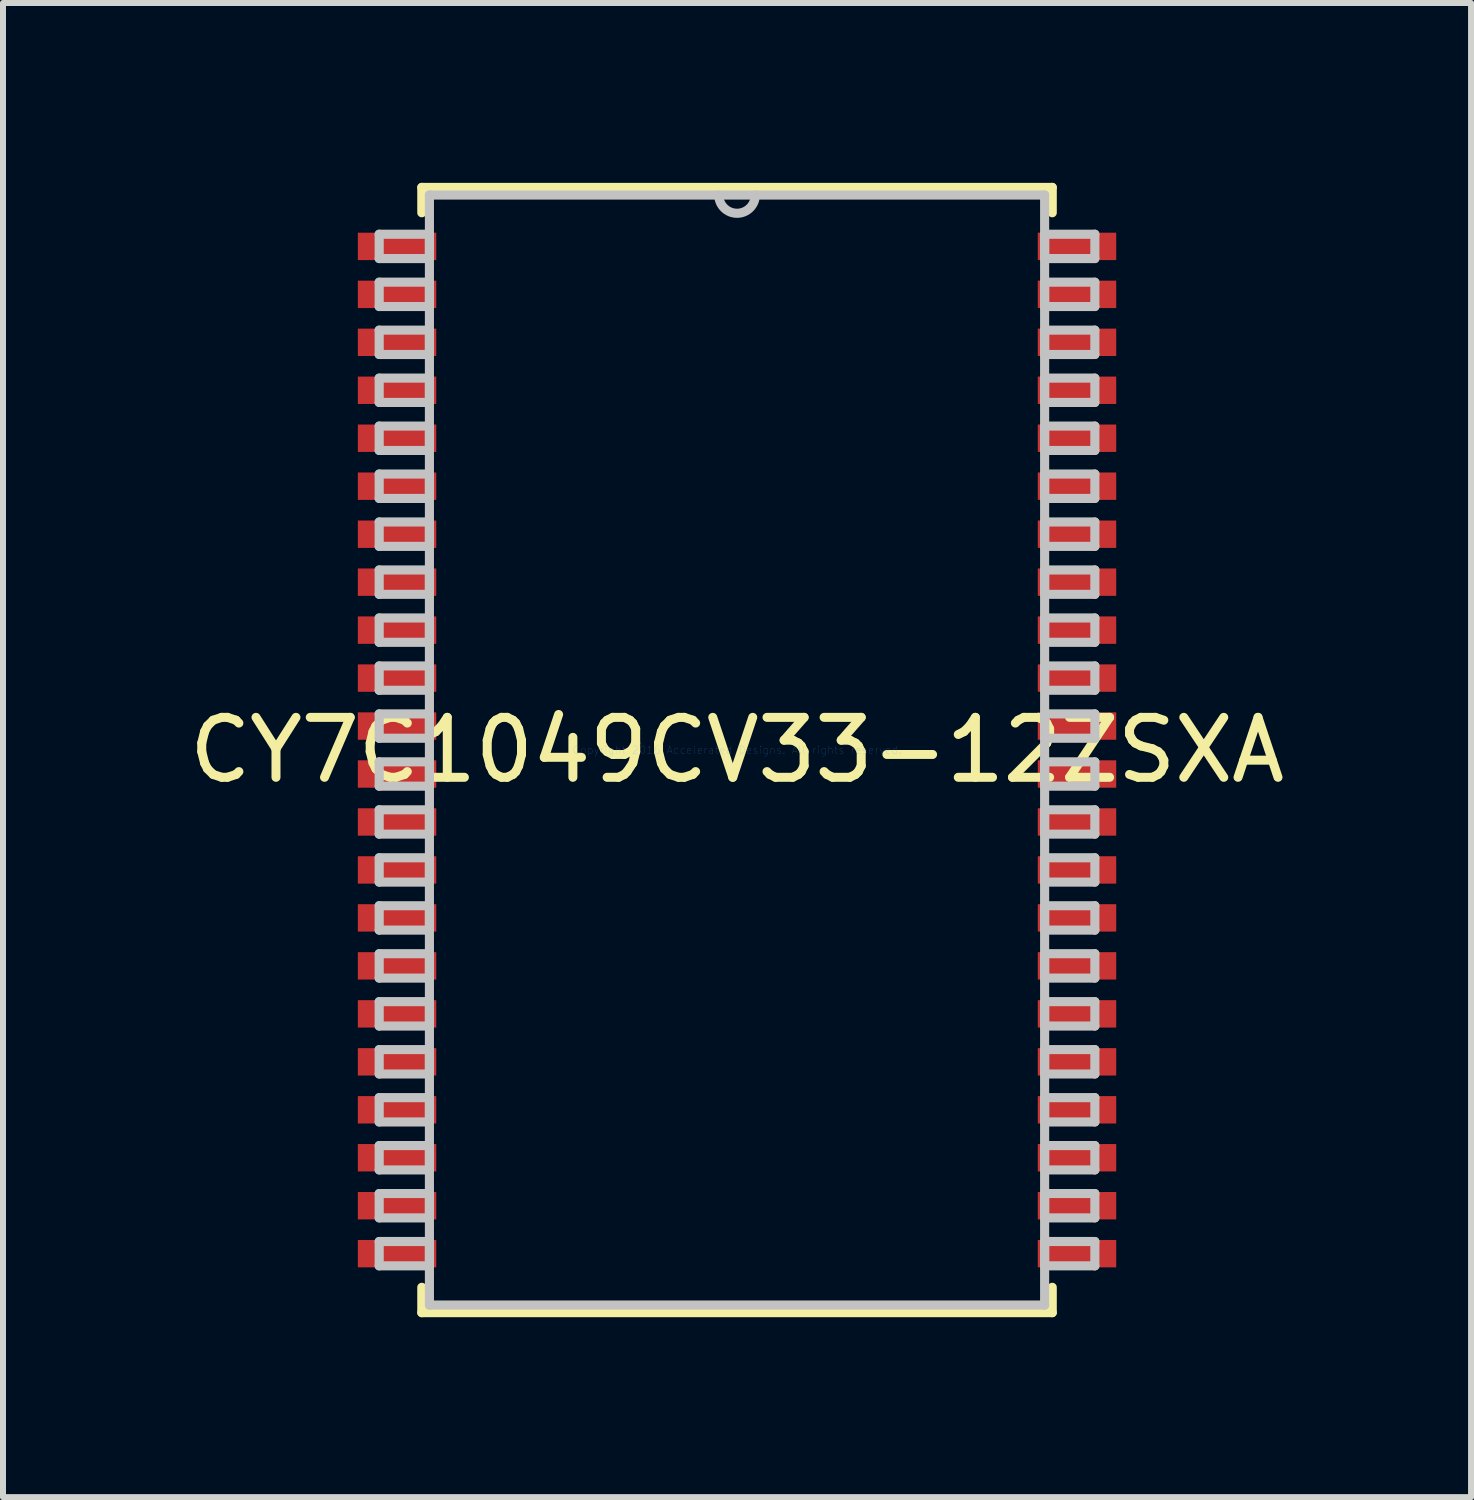
<source format=kicad_pcb>
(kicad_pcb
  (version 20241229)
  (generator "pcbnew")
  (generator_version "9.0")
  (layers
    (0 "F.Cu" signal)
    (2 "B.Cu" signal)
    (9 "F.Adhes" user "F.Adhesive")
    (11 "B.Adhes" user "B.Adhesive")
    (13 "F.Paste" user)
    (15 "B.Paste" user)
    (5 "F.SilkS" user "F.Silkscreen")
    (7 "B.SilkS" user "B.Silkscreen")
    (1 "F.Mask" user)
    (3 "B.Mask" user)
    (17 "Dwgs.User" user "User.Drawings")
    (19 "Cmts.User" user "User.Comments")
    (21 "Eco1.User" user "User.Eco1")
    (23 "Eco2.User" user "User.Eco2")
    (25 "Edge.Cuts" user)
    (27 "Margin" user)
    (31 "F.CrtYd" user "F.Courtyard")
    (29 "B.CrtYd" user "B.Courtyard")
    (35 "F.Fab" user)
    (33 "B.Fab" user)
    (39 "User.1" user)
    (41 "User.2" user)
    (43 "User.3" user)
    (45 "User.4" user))
  (footprint "CY7C1049CV33-12ZSXA"
    (layer "F.Cu")
    (at 9.244 9.461)
    (property "Reference" "CY7C1049CV33-12ZSXA" (at 0 0 0) (layer "F.SilkS") (effects (font (size 1 1) (thickness 0.15))))
    (attr through_hole)
    (fp_line (start -5.258 -9.385) (end -5.258 -8.962) (stroke (width 0.152) (type solid)) (layer "F.SilkS"))
    (fp_line (start -5.258 8.962) (end -5.258 9.385) (stroke (width 0.152) (type solid)) (layer "F.SilkS"))
    (fp_line (start -5.258 9.385) (end 5.258 9.385) (stroke (width 0.152) (type solid)) (layer "F.SilkS"))
    (fp_line (start 5.258 -9.385) (end -5.258 -9.385) (stroke (width 0.152) (type solid)) (layer "F.SilkS"))
    (fp_line (start 5.258 -8.962) (end 5.258 -9.385) (stroke (width 0.152) (type solid)) (layer "F.SilkS"))
    (fp_line (start 5.258 9.385) (end 5.258 8.962) (stroke (width 0.152) (type solid)) (layer "F.SilkS"))
    (fp_line (start -5.969 -8.604) (end -5.969 -8.198) (stroke (width 0.152) (type solid)) (layer "Dwgs.User"))
    (fp_line (start -5.969 -8.198) (end -5.131 -8.198) (stroke (width 0.152) (type solid)) (layer "Dwgs.User"))
    (fp_line (start -5.969 -7.804) (end -5.969 -7.398) (stroke (width 0.152) (type solid)) (layer "Dwgs.User"))
    (fp_line (start -5.969 -7.398) (end -5.131 -7.398) (stroke (width 0.152) (type solid)) (layer "Dwgs.User"))
    (fp_line (start -5.969 -7.004) (end -5.969 -6.598) (stroke (width 0.152) (type solid)) (layer "Dwgs.User"))
    (fp_line (start -5.969 -6.598) (end -5.131 -6.598) (stroke (width 0.152) (type solid)) (layer "Dwgs.User"))
    (fp_line (start -5.969 -6.204) (end -5.969 -5.798) (stroke (width 0.152) (type solid)) (layer "Dwgs.User"))
    (fp_line (start -5.969 -5.798) (end -5.131 -5.798) (stroke (width 0.152) (type solid)) (layer "Dwgs.User"))
    (fp_line (start -5.969 -5.404) (end -5.969 -4.997) (stroke (width 0.152) (type solid)) (layer "Dwgs.User"))
    (fp_line (start -5.969 -4.997) (end -5.131 -4.997) (stroke (width 0.152) (type solid)) (layer "Dwgs.User"))
    (fp_line (start -5.969 -4.604) (end -5.969 -4.197) (stroke (width 0.152) (type solid)) (layer "Dwgs.User"))
    (fp_line (start -5.969 -4.197) (end -5.131 -4.197) (stroke (width 0.152) (type solid)) (layer "Dwgs.User"))
    (fp_line (start -5.969 -3.804) (end -5.969 -3.397) (stroke (width 0.152) (type solid)) (layer "Dwgs.User"))
    (fp_line (start -5.969 -3.397) (end -5.131 -3.397) (stroke (width 0.152) (type solid)) (layer "Dwgs.User"))
    (fp_line (start -5.969 -3.004) (end -5.969 -2.597) (stroke (width 0.152) (type solid)) (layer "Dwgs.User"))
    (fp_line (start -5.969 -2.597) (end -5.131 -2.597) (stroke (width 0.152) (type solid)) (layer "Dwgs.User"))
    (fp_line (start -5.969 -2.203) (end -5.969 -1.797) (stroke (width 0.152) (type solid)) (layer "Dwgs.User"))
    (fp_line (start -5.969 -1.797) (end -5.131 -1.797) (stroke (width 0.152) (type solid)) (layer "Dwgs.User"))
    (fp_line (start -5.969 -1.403) (end -5.969 -0.997) (stroke (width 0.152) (type solid)) (layer "Dwgs.User"))
    (fp_line (start -5.969 -0.997) (end -5.131 -0.997) (stroke (width 0.152) (type solid)) (layer "Dwgs.User"))
    (fp_line (start -5.969 -0.603) (end -5.969 -0.197) (stroke (width 0.152) (type solid)) (layer "Dwgs.User"))
    (fp_line (start -5.969 -0.197) (end -5.131 -0.197) (stroke (width 0.152) (type solid)) (layer "Dwgs.User"))
    (fp_line (start -5.969 0.197) (end -5.969 0.603) (stroke (width 0.152) (type solid)) (layer "Dwgs.User"))
    (fp_line (start -5.969 0.603) (end -5.131 0.603) (stroke (width 0.152) (type solid)) (layer "Dwgs.User"))
    (fp_line (start -5.969 0.997) (end -5.969 1.403) (stroke (width 0.152) (type solid)) (layer "Dwgs.User"))
    (fp_line (start -5.969 1.403) (end -5.131 1.403) (stroke (width 0.152) (type solid)) (layer "Dwgs.User"))
    (fp_line (start -5.969 1.797) (end -5.969 2.203) (stroke (width 0.152) (type solid)) (layer "Dwgs.User"))
    (fp_line (start -5.969 2.203) (end -5.131 2.203) (stroke (width 0.152) (type solid)) (layer "Dwgs.User"))
    (fp_line (start -5.969 2.597) (end -5.969 3.004) (stroke (width 0.152) (type solid)) (layer "Dwgs.User"))
    (fp_line (start -5.969 3.004) (end -5.131 3.004) (stroke (width 0.152) (type solid)) (layer "Dwgs.User"))
    (fp_line (start -5.969 3.397) (end -5.969 3.804) (stroke (width 0.152) (type solid)) (layer "Dwgs.User"))
    (fp_line (start -5.969 3.804) (end -5.131 3.804) (stroke (width 0.152) (type solid)) (layer "Dwgs.User"))
    (fp_line (start -5.969 4.197) (end -5.969 4.604) (stroke (width 0.152) (type solid)) (layer "Dwgs.User"))
    (fp_line (start -5.969 4.604) (end -5.131 4.604) (stroke (width 0.152) (type solid)) (layer "Dwgs.User"))
    (fp_line (start -5.969 4.997) (end -5.969 5.404) (stroke (width 0.152) (type solid)) (layer "Dwgs.User"))
    (fp_line (start -5.969 5.404) (end -5.131 5.404) (stroke (width 0.152) (type solid)) (layer "Dwgs.User"))
    (fp_line (start -5.969 5.798) (end -5.969 6.204) (stroke (width 0.152) (type solid)) (layer "Dwgs.User"))
    (fp_line (start -5.969 6.204) (end -5.131 6.204) (stroke (width 0.152) (type solid)) (layer "Dwgs.User"))
    (fp_line (start -5.969 6.598) (end -5.969 7.004) (stroke (width 0.152) (type solid)) (layer "Dwgs.User"))
    (fp_line (start -5.969 7.004) (end -5.131 7.004) (stroke (width 0.152) (type solid)) (layer "Dwgs.User"))
    (fp_line (start -5.969 7.398) (end -5.969 7.804) (stroke (width 0.152) (type solid)) (layer "Dwgs.User"))
    (fp_line (start -5.969 7.804) (end -5.131 7.804) (stroke (width 0.152) (type solid)) (layer "Dwgs.User"))
    (fp_line (start -5.969 8.198) (end -5.969 8.604) (stroke (width 0.152) (type solid)) (layer "Dwgs.User"))
    (fp_line (start -5.969 8.604) (end -5.131 8.604) (stroke (width 0.152) (type solid)) (layer "Dwgs.User"))
    (fp_line (start -5.131 -9.258) (end -5.131 9.258) (stroke (width 0.152) (type solid)) (layer "Dwgs.User"))
    (fp_line (start -5.131 -8.604) (end -5.969 -8.604) (stroke (width 0.152) (type solid)) (layer "Dwgs.User"))
    (fp_line (start -5.131 -8.198) (end -5.131 -8.604) (stroke (width 0.152) (type solid)) (layer "Dwgs.User"))
    (fp_line (start -5.131 -7.804) (end -5.969 -7.804) (stroke (width 0.152) (type solid)) (layer "Dwgs.User"))
    (fp_line (start -5.131 -7.398) (end -5.131 -7.804) (stroke (width 0.152) (type solid)) (layer "Dwgs.User"))
    (fp_line (start -5.131 -7.004) (end -5.969 -7.004) (stroke (width 0.152) (type solid)) (layer "Dwgs.User"))
    (fp_line (start -5.131 -6.598) (end -5.131 -7.004) (stroke (width 0.152) (type solid)) (layer "Dwgs.User"))
    (fp_line (start -5.131 -6.204) (end -5.969 -6.204) (stroke (width 0.152) (type solid)) (layer "Dwgs.User"))
    (fp_line (start -5.131 -5.798) (end -5.131 -6.204) (stroke (width 0.152) (type solid)) (layer "Dwgs.User"))
    (fp_line (start -5.131 -5.404) (end -5.969 -5.404) (stroke (width 0.152) (type solid)) (layer "Dwgs.User"))
    (fp_line (start -5.131 -4.997) (end -5.131 -5.404) (stroke (width 0.152) (type solid)) (layer "Dwgs.User"))
    (fp_line (start -5.131 -4.604) (end -5.969 -4.604) (stroke (width 0.152) (type solid)) (layer "Dwgs.User"))
    (fp_line (start -5.131 -4.197) (end -5.131 -4.604) (stroke (width 0.152) (type solid)) (layer "Dwgs.User"))
    (fp_line (start -5.131 -3.804) (end -5.969 -3.804) (stroke (width 0.152) (type solid)) (layer "Dwgs.User"))
    (fp_line (start -5.131 -3.397) (end -5.131 -3.804) (stroke (width 0.152) (type solid)) (layer "Dwgs.User"))
    (fp_line (start -5.131 -3.004) (end -5.969 -3.004) (stroke (width 0.152) (type solid)) (layer "Dwgs.User"))
    (fp_line (start -5.131 -2.597) (end -5.131 -3.004) (stroke (width 0.152) (type solid)) (layer "Dwgs.User"))
    (fp_line (start -5.131 -2.203) (end -5.969 -2.203) (stroke (width 0.152) (type solid)) (layer "Dwgs.User"))
    (fp_line (start -5.131 -1.797) (end -5.131 -2.203) (stroke (width 0.152) (type solid)) (layer "Dwgs.User"))
    (fp_line (start -5.131 -1.403) (end -5.969 -1.403) (stroke (width 0.152) (type solid)) (layer "Dwgs.User"))
    (fp_line (start -5.131 -0.997) (end -5.131 -1.403) (stroke (width 0.152) (type solid)) (layer "Dwgs.User"))
    (fp_line (start -5.131 -0.603) (end -5.969 -0.603) (stroke (width 0.152) (type solid)) (layer "Dwgs.User"))
    (fp_line (start -5.131 -0.197) (end -5.131 -0.603) (stroke (width 0.152) (type solid)) (layer "Dwgs.User"))
    (fp_line (start -5.131 0.197) (end -5.969 0.197) (stroke (width 0.152) (type solid)) (layer "Dwgs.User"))
    (fp_line (start -5.131 0.603) (end -5.131 0.197) (stroke (width 0.152) (type solid)) (layer "Dwgs.User"))
    (fp_line (start -5.131 0.997) (end -5.969 0.997) (stroke (width 0.152) (type solid)) (layer "Dwgs.User"))
    (fp_line (start -5.131 1.403) (end -5.131 0.997) (stroke (width 0.152) (type solid)) (layer "Dwgs.User"))
    (fp_line (start -5.131 1.797) (end -5.969 1.797) (stroke (width 0.152) (type solid)) (layer "Dwgs.User"))
    (fp_line (start -5.131 2.203) (end -5.131 1.797) (stroke (width 0.152) (type solid)) (layer "Dwgs.User"))
    (fp_line (start -5.131 2.597) (end -5.969 2.597) (stroke (width 0.152) (type solid)) (layer "Dwgs.User"))
    (fp_line (start -5.131 3.004) (end -5.131 2.597) (stroke (width 0.152) (type solid)) (layer "Dwgs.User"))
    (fp_line (start -5.131 3.397) (end -5.969 3.397) (stroke (width 0.152) (type solid)) (layer "Dwgs.User"))
    (fp_line (start -5.131 3.804) (end -5.131 3.397) (stroke (width 0.152) (type solid)) (layer "Dwgs.User"))
    (fp_line (start -5.131 4.197) (end -5.969 4.197) (stroke (width 0.152) (type solid)) (layer "Dwgs.User"))
    (fp_line (start -5.131 4.604) (end -5.131 4.197) (stroke (width 0.152) (type solid)) (layer "Dwgs.User"))
    (fp_line (start -5.131 4.997) (end -5.969 4.997) (stroke (width 0.152) (type solid)) (layer "Dwgs.User"))
    (fp_line (start -5.131 5.404) (end -5.131 4.997) (stroke (width 0.152) (type solid)) (layer "Dwgs.User"))
    (fp_line (start -5.131 5.798) (end -5.969 5.798) (stroke (width 0.152) (type solid)) (layer "Dwgs.User"))
    (fp_line (start -5.131 6.204) (end -5.131 5.798) (stroke (width 0.152) (type solid)) (layer "Dwgs.User"))
    (fp_line (start -5.131 6.598) (end -5.969 6.598) (stroke (width 0.152) (type solid)) (layer "Dwgs.User"))
    (fp_line (start -5.131 7.004) (end -5.131 6.598) (stroke (width 0.152) (type solid)) (layer "Dwgs.User"))
    (fp_line (start -5.131 7.398) (end -5.969 7.398) (stroke (width 0.152) (type solid)) (layer "Dwgs.User"))
    (fp_line (start -5.131 7.804) (end -5.131 7.398) (stroke (width 0.152) (type solid)) (layer "Dwgs.User"))
    (fp_line (start -5.131 8.198) (end -5.969 8.198) (stroke (width 0.152) (type solid)) (layer "Dwgs.User"))
    (fp_line (start -5.131 8.604) (end -5.131 8.198) (stroke (width 0.152) (type solid)) (layer "Dwgs.User"))
    (fp_line (start -5.131 9.258) (end 5.131 9.258) (stroke (width 0.152) (type solid)) (layer "Dwgs.User"))
    (fp_line (start 5.131 -9.258) (end -5.131 -9.258) (stroke (width 0.152) (type solid)) (layer "Dwgs.User"))
    (fp_line (start 5.131 -8.604) (end 5.131 -8.198) (stroke (width 0.152) (type solid)) (layer "Dwgs.User"))
    (fp_line (start 5.131 -8.198) (end 5.969 -8.198) (stroke (width 0.152) (type solid)) (layer "Dwgs.User"))
    (fp_line (start 5.131 -7.804) (end 5.131 -7.398) (stroke (width 0.152) (type solid)) (layer "Dwgs.User"))
    (fp_line (start 5.131 -7.398) (end 5.969 -7.398) (stroke (width 0.152) (type solid)) (layer "Dwgs.User"))
    (fp_line (start 5.131 -7.004) (end 5.131 -6.598) (stroke (width 0.152) (type solid)) (layer "Dwgs.User"))
    (fp_line (start 5.131 -6.598) (end 5.969 -6.598) (stroke (width 0.152) (type solid)) (layer "Dwgs.User"))
    (fp_line (start 5.131 -6.204) (end 5.131 -5.798) (stroke (width 0.152) (type solid)) (layer "Dwgs.User"))
    (fp_line (start 5.131 -5.798) (end 5.969 -5.798) (stroke (width 0.152) (type solid)) (layer "Dwgs.User"))
    (fp_line (start 5.131 -5.404) (end 5.131 -4.997) (stroke (width 0.152) (type solid)) (layer "Dwgs.User"))
    (fp_line (start 5.131 -4.997) (end 5.969 -4.997) (stroke (width 0.152) (type solid)) (layer "Dwgs.User"))
    (fp_line (start 5.131 -4.604) (end 5.131 -4.197) (stroke (width 0.152) (type solid)) (layer "Dwgs.User"))
    (fp_line (start 5.131 -4.197) (end 5.969 -4.197) (stroke (width 0.152) (type solid)) (layer "Dwgs.User"))
    (fp_line (start 5.131 -3.804) (end 5.131 -3.397) (stroke (width 0.152) (type solid)) (layer "Dwgs.User"))
    (fp_line (start 5.131 -3.397) (end 5.969 -3.397) (stroke (width 0.152) (type solid)) (layer "Dwgs.User"))
    (fp_line (start 5.131 -3.004) (end 5.131 -2.597) (stroke (width 0.152) (type solid)) (layer "Dwgs.User"))
    (fp_line (start 5.131 -2.597) (end 5.969 -2.597) (stroke (width 0.152) (type solid)) (layer "Dwgs.User"))
    (fp_line (start 5.131 -2.203) (end 5.131 -1.797) (stroke (width 0.152) (type solid)) (layer "Dwgs.User"))
    (fp_line (start 5.131 -1.797) (end 5.969 -1.797) (stroke (width 0.152) (type solid)) (layer "Dwgs.User"))
    (fp_line (start 5.131 -1.403) (end 5.131 -0.997) (stroke (width 0.152) (type solid)) (layer "Dwgs.User"))
    (fp_line (start 5.131 -0.997) (end 5.969 -0.997) (stroke (width 0.152) (type solid)) (layer "Dwgs.User"))
    (fp_line (start 5.131 -0.603) (end 5.131 -0.197) (stroke (width 0.152) (type solid)) (layer "Dwgs.User"))
    (fp_line (start 5.131 -0.197) (end 5.969 -0.197) (stroke (width 0.152) (type solid)) (layer "Dwgs.User"))
    (fp_line (start 5.131 0.197) (end 5.131 0.603) (stroke (width 0.152) (type solid)) (layer "Dwgs.User"))
    (fp_line (start 5.131 0.603) (end 5.969 0.603) (stroke (width 0.152) (type solid)) (layer "Dwgs.User"))
    (fp_line (start 5.131 0.997) (end 5.131 1.403) (stroke (width 0.152) (type solid)) (layer "Dwgs.User"))
    (fp_line (start 5.131 1.403) (end 5.969 1.403) (stroke (width 0.152) (type solid)) (layer "Dwgs.User"))
    (fp_line (start 5.131 1.797) (end 5.131 2.203) (stroke (width 0.152) (type solid)) (layer "Dwgs.User"))
    (fp_line (start 5.131 2.203) (end 5.969 2.203) (stroke (width 0.152) (type solid)) (layer "Dwgs.User"))
    (fp_line (start 5.131 2.597) (end 5.131 3.004) (stroke (width 0.152) (type solid)) (layer "Dwgs.User"))
    (fp_line (start 5.131 3.004) (end 5.969 3.004) (stroke (width 0.152) (type solid)) (layer "Dwgs.User"))
    (fp_line (start 5.131 3.397) (end 5.131 3.804) (stroke (width 0.152) (type solid)) (layer "Dwgs.User"))
    (fp_line (start 5.131 3.804) (end 5.969 3.804) (stroke (width 0.152) (type solid)) (layer "Dwgs.User"))
    (fp_line (start 5.131 4.197) (end 5.131 4.604) (stroke (width 0.152) (type solid)) (layer "Dwgs.User"))
    (fp_line (start 5.131 4.604) (end 5.969 4.604) (stroke (width 0.152) (type solid)) (layer "Dwgs.User"))
    (fp_line (start 5.131 4.997) (end 5.131 5.404) (stroke (width 0.152) (type solid)) (layer "Dwgs.User"))
    (fp_line (start 5.131 5.404) (end 5.969 5.404) (stroke (width 0.152) (type solid)) (layer "Dwgs.User"))
    (fp_line (start 5.131 5.798) (end 5.131 6.204) (stroke (width 0.152) (type solid)) (layer "Dwgs.User"))
    (fp_line (start 5.131 6.204) (end 5.969 6.204) (stroke (width 0.152) (type solid)) (layer "Dwgs.User"))
    (fp_line (start 5.131 6.598) (end 5.131 7.004) (stroke (width 0.152) (type solid)) (layer "Dwgs.User"))
    (fp_line (start 5.131 7.004) (end 5.969 7.004) (stroke (width 0.152) (type solid)) (layer "Dwgs.User"))
    (fp_line (start 5.131 7.398) (end 5.131 7.804) (stroke (width 0.152) (type solid)) (layer "Dwgs.User"))
    (fp_line (start 5.131 7.804) (end 5.969 7.804) (stroke (width 0.152) (type solid)) (layer "Dwgs.User"))
    (fp_line (start 5.131 8.198) (end 5.131 8.604) (stroke (width 0.152) (type solid)) (layer "Dwgs.User"))
    (fp_line (start 5.131 8.604) (end 5.969 8.604) (stroke (width 0.152) (type solid)) (layer "Dwgs.User"))
    (fp_line (start 5.131 9.258) (end 5.131 -9.258) (stroke (width 0.152) (type solid)) (layer "Dwgs.User"))
    (fp_line (start 5.969 -8.604) (end 5.131 -8.604) (stroke (width 0.152) (type solid)) (layer "Dwgs.User"))
    (fp_line (start 5.969 -8.198) (end 5.969 -8.604) (stroke (width 0.152) (type solid)) (layer "Dwgs.User"))
    (fp_line (start 5.969 -7.804) (end 5.131 -7.804) (stroke (width 0.152) (type solid)) (layer "Dwgs.User"))
    (fp_line (start 5.969 -7.398) (end 5.969 -7.804) (stroke (width 0.152) (type solid)) (layer "Dwgs.User"))
    (fp_line (start 5.969 -7.004) (end 5.131 -7.004) (stroke (width 0.152) (type solid)) (layer "Dwgs.User"))
    (fp_line (start 5.969 -6.598) (end 5.969 -7.004) (stroke (width 0.152) (type solid)) (layer "Dwgs.User"))
    (fp_line (start 5.969 -6.204) (end 5.131 -6.204) (stroke (width 0.152) (type solid)) (layer "Dwgs.User"))
    (fp_line (start 5.969 -5.798) (end 5.969 -6.204) (stroke (width 0.152) (type solid)) (layer "Dwgs.User"))
    (fp_line (start 5.969 -5.404) (end 5.131 -5.404) (stroke (width 0.152) (type solid)) (layer "Dwgs.User"))
    (fp_line (start 5.969 -4.997) (end 5.969 -5.404) (stroke (width 0.152) (type solid)) (layer "Dwgs.User"))
    (fp_line (start 5.969 -4.604) (end 5.131 -4.604) (stroke (width 0.152) (type solid)) (layer "Dwgs.User"))
    (fp_line (start 5.969 -4.197) (end 5.969 -4.604) (stroke (width 0.152) (type solid)) (layer "Dwgs.User"))
    (fp_line (start 5.969 -3.804) (end 5.131 -3.804) (stroke (width 0.152) (type solid)) (layer "Dwgs.User"))
    (fp_line (start 5.969 -3.397) (end 5.969 -3.804) (stroke (width 0.152) (type solid)) (layer "Dwgs.User"))
    (fp_line (start 5.969 -3.004) (end 5.131 -3.004) (stroke (width 0.152) (type solid)) (layer "Dwgs.User"))
    (fp_line (start 5.969 -2.597) (end 5.969 -3.004) (stroke (width 0.152) (type solid)) (layer "Dwgs.User"))
    (fp_line (start 5.969 -2.203) (end 5.131 -2.203) (stroke (width 0.152) (type solid)) (layer "Dwgs.User"))
    (fp_line (start 5.969 -1.797) (end 5.969 -2.203) (stroke (width 0.152) (type solid)) (layer "Dwgs.User"))
    (fp_line (start 5.969 -1.403) (end 5.131 -1.403) (stroke (width 0.152) (type solid)) (layer "Dwgs.User"))
    (fp_line (start 5.969 -0.997) (end 5.969 -1.403) (stroke (width 0.152) (type solid)) (layer "Dwgs.User"))
    (fp_line (start 5.969 -0.603) (end 5.131 -0.603) (stroke (width 0.152) (type solid)) (layer "Dwgs.User"))
    (fp_line (start 5.969 -0.197) (end 5.969 -0.603) (stroke (width 0.152) (type solid)) (layer "Dwgs.User"))
    (fp_line (start 5.969 0.197) (end 5.131 0.197) (stroke (width 0.152) (type solid)) (layer "Dwgs.User"))
    (fp_line (start 5.969 0.603) (end 5.969 0.197) (stroke (width 0.152) (type solid)) (layer "Dwgs.User"))
    (fp_line (start 5.969 0.997) (end 5.131 0.997) (stroke (width 0.152) (type solid)) (layer "Dwgs.User"))
    (fp_line (start 5.969 1.403) (end 5.969 0.997) (stroke (width 0.152) (type solid)) (layer "Dwgs.User"))
    (fp_line (start 5.969 1.797) (end 5.131 1.797) (stroke (width 0.152) (type solid)) (layer "Dwgs.User"))
    (fp_line (start 5.969 2.203) (end 5.969 1.797) (stroke (width 0.152) (type solid)) (layer "Dwgs.User"))
    (fp_line (start 5.969 2.597) (end 5.131 2.597) (stroke (width 0.152) (type solid)) (layer "Dwgs.User"))
    (fp_line (start 5.969 3.004) (end 5.969 2.597) (stroke (width 0.152) (type solid)) (layer "Dwgs.User"))
    (fp_line (start 5.969 3.397) (end 5.131 3.397) (stroke (width 0.152) (type solid)) (layer "Dwgs.User"))
    (fp_line (start 5.969 3.804) (end 5.969 3.397) (stroke (width 0.152) (type solid)) (layer "Dwgs.User"))
    (fp_line (start 5.969 4.197) (end 5.131 4.197) (stroke (width 0.152) (type solid)) (layer "Dwgs.User"))
    (fp_line (start 5.969 4.604) (end 5.969 4.197) (stroke (width 0.152) (type solid)) (layer "Dwgs.User"))
    (fp_line (start 5.969 4.997) (end 5.131 4.997) (stroke (width 0.152) (type solid)) (layer "Dwgs.User"))
    (fp_line (start 5.969 5.404) (end 5.969 4.997) (stroke (width 0.152) (type solid)) (layer "Dwgs.User"))
    (fp_line (start 5.969 5.798) (end 5.131 5.798) (stroke (width 0.152) (type solid)) (layer "Dwgs.User"))
    (fp_line (start 5.969 6.204) (end 5.969 5.798) (stroke (width 0.152) (type solid)) (layer "Dwgs.User"))
    (fp_line (start 5.969 6.598) (end 5.131 6.598) (stroke (width 0.152) (type solid)) (layer "Dwgs.User"))
    (fp_line (start 5.969 7.004) (end 5.969 6.598) (stroke (width 0.152) (type solid)) (layer "Dwgs.User"))
    (fp_line (start 5.969 7.398) (end 5.131 7.398) (stroke (width 0.152) (type solid)) (layer "Dwgs.User"))
    (fp_line (start 5.969 7.804) (end 5.969 7.398) (stroke (width 0.152) (type solid)) (layer "Dwgs.User"))
    (fp_line (start 5.969 8.198) (end 5.131 8.198) (stroke (width 0.152) (type solid)) (layer "Dwgs.User"))
    (fp_line (start 5.969 8.604) (end 5.969 8.198) (stroke (width 0.152) (type solid)) (layer "Dwgs.User"))
    (fp_arc (start 0.3048 -9.2583) (mid 0 -8.9535) (end -0.3048 -9.2583) (stroke (width 0.1524) (type solid)) (layer "Dwgs.User"))
    (fp_text user "Copyright 2016 Accelerated Designs. All rights reserved." (at 0 0 0) (layer "Cmts.User") (effects (font (size 0.127 0.127) (thickness 0.002))))
    (pad "1" smd rect (at -5.671 -8.401) (size 1.308 0.457) (layers "F.Cu" "F.Mask" "F.Paste"))
    (pad "2" smd rect (at -5.671 -7.601) (size 1.308 0.457) (layers "F.Cu" "F.Mask" "F.Paste"))
    (pad "3" smd rect (at -5.671 -6.801) (size 1.308 0.457) (layers "F.Cu" "F.Mask" "F.Paste"))
    (pad "4" smd rect (at -5.671 -6.001) (size 1.308 0.457) (layers "F.Cu" "F.Mask" "F.Paste"))
    (pad "5" smd rect (at -5.671 -5.201) (size 1.308 0.457) (layers "F.Cu" "F.Mask" "F.Paste"))
    (pad "6" smd rect (at -5.671 -4.401) (size 1.308 0.457) (layers "F.Cu" "F.Mask" "F.Paste"))
    (pad "7" smd rect (at -5.671 -3.6) (size 1.308 0.457) (layers "F.Cu" "F.Mask" "F.Paste"))
    (pad "8" smd rect (at -5.671 -2.8) (size 1.308 0.457) (layers "F.Cu" "F.Mask" "F.Paste"))
    (pad "9" smd rect (at -5.671 -2) (size 1.308 0.457) (layers "F.Cu" "F.Mask" "F.Paste"))
    (pad "10" smd rect (at -5.671 -1.2) (size 1.308 0.457) (layers "F.Cu" "F.Mask" "F.Paste"))
    (pad "11" smd rect (at -5.671 -0.4) (size 1.308 0.457) (layers "F.Cu" "F.Mask" "F.Paste"))
    (pad "12" smd rect (at -5.671 0.4) (size 1.308 0.457) (layers "F.Cu" "F.Mask" "F.Paste"))
    (pad "13" smd rect (at -5.671 1.2) (size 1.308 0.457) (layers "F.Cu" "F.Mask" "F.Paste"))
    (pad "14" smd rect (at -5.671 2) (size 1.308 0.457) (layers "F.Cu" "F.Mask" "F.Paste"))
    (pad "15" smd rect (at -5.671 2.8) (size 1.308 0.457) (layers "F.Cu" "F.Mask" "F.Paste"))
    (pad "16" smd rect (at -5.671 3.6) (size 1.308 0.457) (layers "F.Cu" "F.Mask" "F.Paste"))
    (pad "17" smd rect (at -5.671 4.401) (size 1.308 0.457) (layers "F.Cu" "F.Mask" "F.Paste"))
    (pad "18" smd rect (at -5.671 5.201) (size 1.308 0.457) (layers "F.Cu" "F.Mask" "F.Paste"))
    (pad "19" smd rect (at -5.671 6.001) (size 1.308 0.457) (layers "F.Cu" "F.Mask" "F.Paste"))
    (pad "20" smd rect (at -5.671 6.801) (size 1.308 0.457) (layers "F.Cu" "F.Mask" "F.Paste"))
    (pad "21" smd rect (at -5.671 7.601) (size 1.308 0.457) (layers "F.Cu" "F.Mask" "F.Paste"))
    (pad "22" smd rect (at -5.671 8.401) (size 1.308 0.457) (layers "F.Cu" "F.Mask" "F.Paste"))
    (pad "23" smd rect (at 5.671 8.401) (size 1.308 0.457) (layers "F.Cu" "F.Mask" "F.Paste"))
    (pad "24" smd rect (at 5.671 7.601) (size 1.308 0.457) (layers "F.Cu" "F.Mask" "F.Paste"))
    (pad "25" smd rect (at 5.671 6.801) (size 1.308 0.457) (layers "F.Cu" "F.Mask" "F.Paste"))
    (pad "26" smd rect (at 5.671 6.001) (size 1.308 0.457) (layers "F.Cu" "F.Mask" "F.Paste"))
    (pad "27" smd rect (at 5.671 5.201) (size 1.308 0.457) (layers "F.Cu" "F.Mask" "F.Paste"))
    (pad "28" smd rect (at 5.671 4.401) (size 1.308 0.457) (layers "F.Cu" "F.Mask" "F.Paste"))
    (pad "29" smd rect (at 5.671 3.6) (size 1.308 0.457) (layers "F.Cu" "F.Mask" "F.Paste"))
    (pad "30" smd rect (at 5.671 2.8) (size 1.308 0.457) (layers "F.Cu" "F.Mask" "F.Paste"))
    (pad "31" smd rect (at 5.671 2) (size 1.308 0.457) (layers "F.Cu" "F.Mask" "F.Paste"))
    (pad "32" smd rect (at 5.671 1.2) (size 1.308 0.457) (layers "F.Cu" "F.Mask" "F.Paste"))
    (pad "33" smd rect (at 5.671 0.4) (size 1.308 0.457) (layers "F.Cu" "F.Mask" "F.Paste"))
    (pad "34" smd rect (at 5.671 -0.4) (size 1.308 0.457) (layers "F.Cu" "F.Mask" "F.Paste"))
    (pad "35" smd rect (at 5.671 -1.2) (size 1.308 0.457) (layers "F.Cu" "F.Mask" "F.Paste"))
    (pad "36" smd rect (at 5.671 -2) (size 1.308 0.457) (layers "F.Cu" "F.Mask" "F.Paste"))
    (pad "37" smd rect (at 5.671 -2.8) (size 1.308 0.457) (layers "F.Cu" "F.Mask" "F.Paste"))
    (pad "38" smd rect (at 5.671 -3.6) (size 1.308 0.457) (layers "F.Cu" "F.Mask" "F.Paste"))
    (pad "39" smd rect (at 5.671 -4.401) (size 1.308 0.457) (layers "F.Cu" "F.Mask" "F.Paste"))
    (pad "40" smd rect (at 5.671 -5.201) (size 1.308 0.457) (layers "F.Cu" "F.Mask" "F.Paste"))
    (pad "41" smd rect (at 5.671 -6.001) (size 1.308 0.457) (layers "F.Cu" "F.Mask" "F.Paste"))
    (pad "42" smd rect (at 5.671 -6.801) (size 1.308 0.457) (layers "F.Cu" "F.Mask" "F.Paste"))
    (pad "43" smd rect (at 5.671 -7.601) (size 1.308 0.457) (layers "F.Cu" "F.Mask" "F.Paste"))
    (pad "44" smd rect (at 5.671 -8.401) (size 1.308 0.457) (layers "F.Cu" "F.Mask" "F.Paste")))
  (gr_rect
    (start -3 -3)
    (end 21.488 21.923)
    (stroke (width 0.1) (type default))
    (fill no)
    (layer "Edge.Cuts")))
</source>
